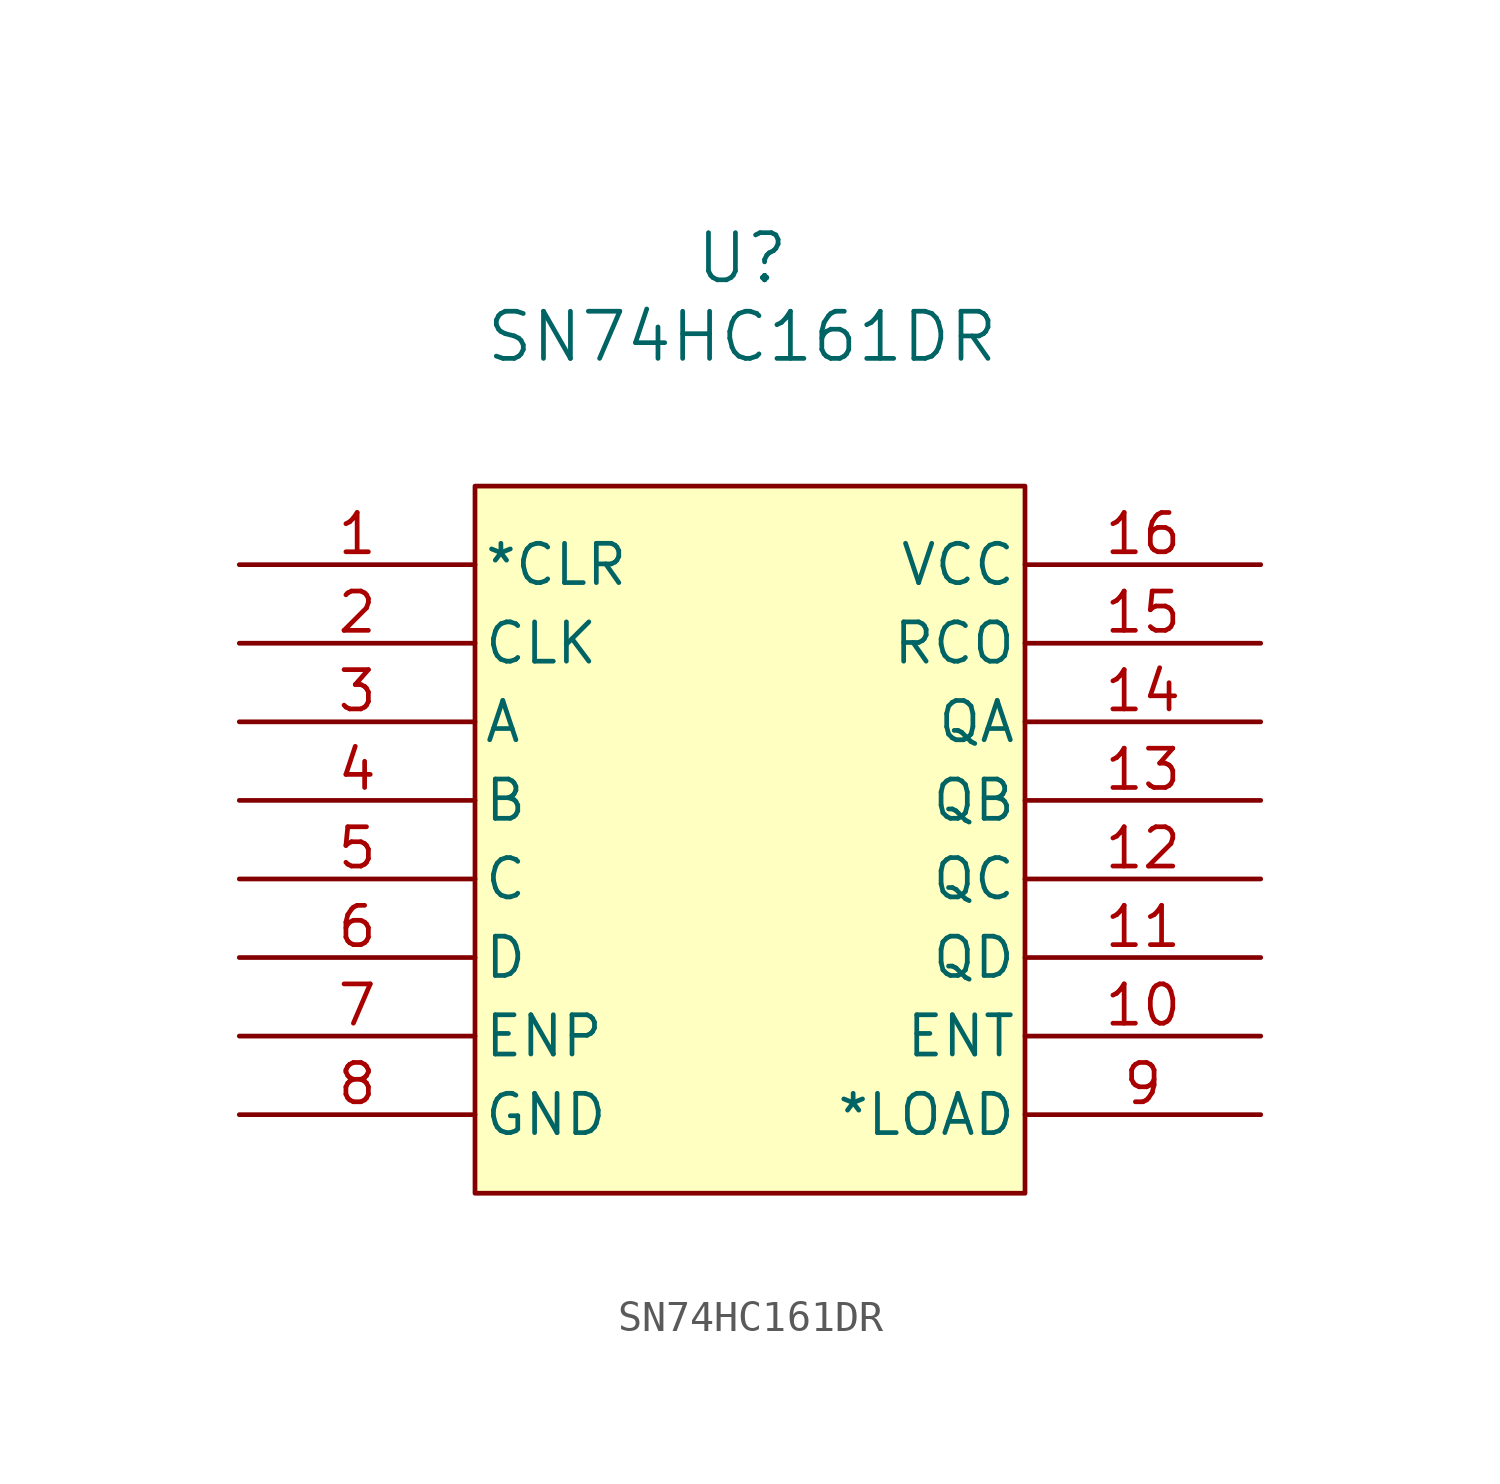
<source format=kicad_sym>
(kicad_symbol_lib
  (version 20241209)
  (generator "kicad_symbol_editor")
  (generator_version "9.0")
  (symbol "SN74HC161DR"
    (pin_names
      (offset 0.254))
    (property "Reference" "U"
      (at 16.256 9.906 0)
      (effects (font (size 1.524 1.524))))
    (property "Value" "SN74HC161DR"
      (at 16.256 7.366 0)
      (effects (font (size 1.524 1.524))))
    (property "ki_locked" ""
      (at 0 0 0)
      (effects (font (size 1.27 1.27))))
    (symbol "SN74HC161DR_0_1"
      (pin input line (at 0 0 0) (length 7.62) (name "*CLR" (effects (font (size 1.27 1.27)))) (number "1" (effects (font (size 1.27 1.27)))))
      (pin input line (at 0 -2.54 0) (length 7.62) (name "CLK" (effects (font (size 1.27 1.27)))) (number "2" (effects (font (size 1.27 1.27)))))
      (pin input line (at 0 -5.08 0) (length 7.62) (name "A" (effects (font (size 1.27 1.27)))) (number "3" (effects (font (size 1.27 1.27)))))
      (pin input line (at 0 -7.62 0) (length 7.62) (name "B" (effects (font (size 1.27 1.27)))) (number "4" (effects (font (size 1.27 1.27)))))
      (pin input line (at 0 -10.16 0) (length 7.62) (name "C" (effects (font (size 1.27 1.27)))) (number "5" (effects (font (size 1.27 1.27)))))
      (pin input line (at 0 -12.7 0) (length 7.62) (name "D" (effects (font (size 1.27 1.27)))) (number "6" (effects (font (size 1.27 1.27)))))
      (pin input line (at 0 -15.24 0) (length 7.62) (name "ENP" (effects (font (size 1.27 1.27)))) (number "7" (effects (font (size 1.27 1.27)))))
      (pin power_in line (at 0 -17.78 0) (length 7.62) (name "GND" (effects (font (size 1.27 1.27)))) (number "8" (effects (font (size 1.27 1.27)))))
      (pin power_in line (at 33.02 0 180) (length 7.62) (name "VCC" (effects (font (size 1.27 1.27)))) (number "16" (effects (font (size 1.27 1.27)))))
      (pin output line (at 33.02 -2.54 180) (length 7.62) (name "RCO" (effects (font (size 1.27 1.27)))) (number "15" (effects (font (size 1.27 1.27)))))
      (pin output line (at 33.02 -5.08 180) (length 7.62) (name "QA" (effects (font (size 1.27 1.27)))) (number "14" (effects (font (size 1.27 1.27)))))
      (pin output line (at 33.02 -7.62 180) (length 7.62) (name "QB" (effects (font (size 1.27 1.27)))) (number "13" (effects (font (size 1.27 1.27)))))
      (pin output line (at 33.02 -10.16 180) (length 7.62) (name "QC" (effects (font (size 1.27 1.27)))) (number "12" (effects (font (size 1.27 1.27)))))
      (pin output line (at 33.02 -12.7 180) (length 7.62) (name "QD" (effects (font (size 1.27 1.27)))) (number "11" (effects (font (size 1.27 1.27)))))
      (pin input line (at 33.02 -15.24 180) (length 7.62) (name "ENT" (effects (font (size 1.27 1.27)))) (number "10" (effects (font (size 1.27 1.27)))))
      (pin input line (at 33.02 -17.78 180) (length 7.62) (name "*LOAD" (effects (font (size 1.27 1.27)))) (number "9" (effects (font (size 1.27 1.27))))))
    (symbol "SN74HC161DR_1_1"
      (rectangle (start 7.62 2.54) (end 25.4 -20.32) (stroke (width 0) (type solid)) (fill (type background))))))
</source>
